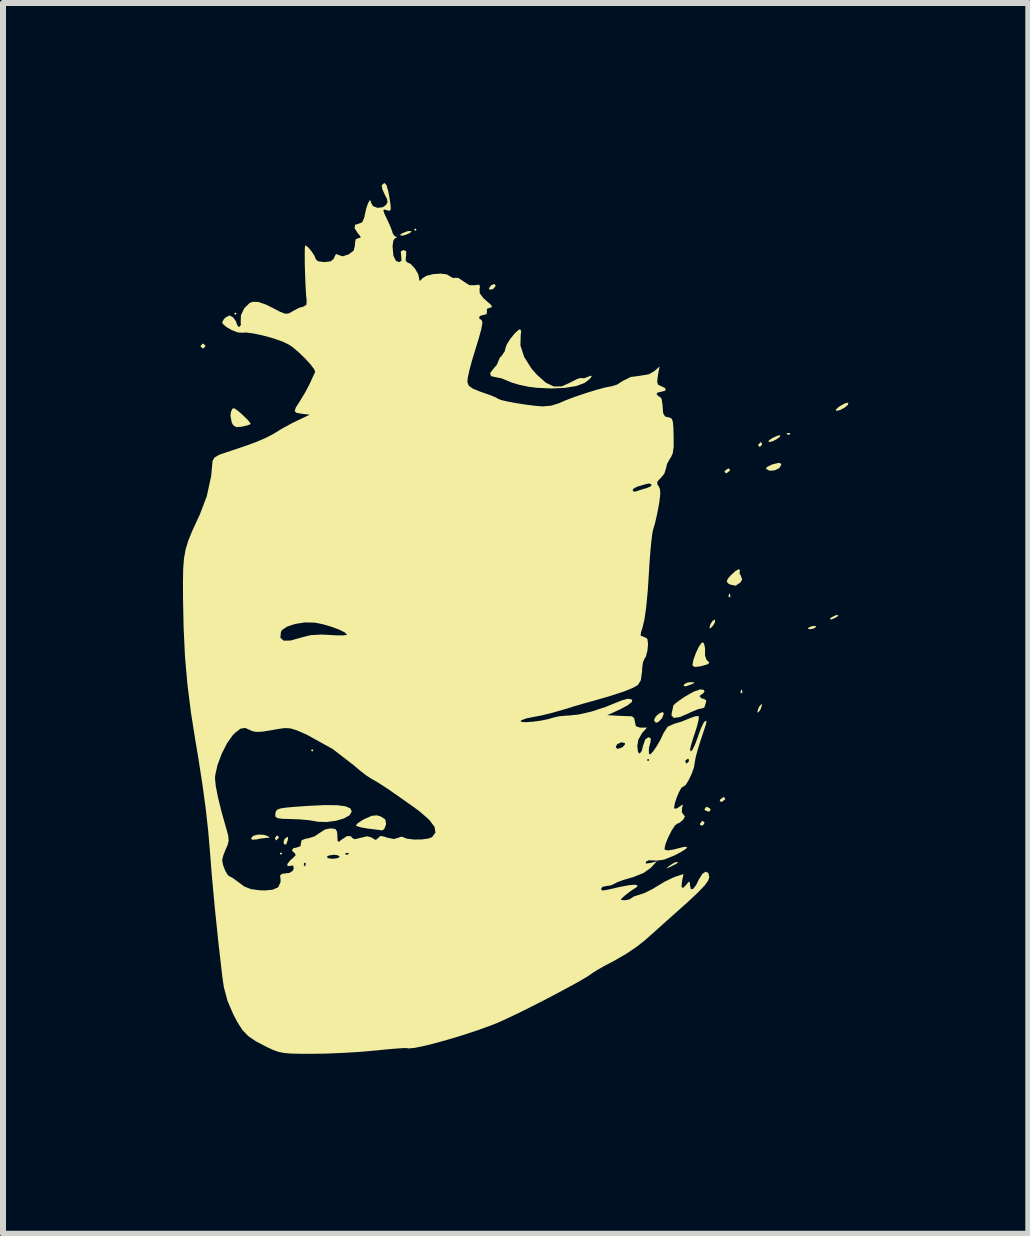
<source format=kicad_pcb>
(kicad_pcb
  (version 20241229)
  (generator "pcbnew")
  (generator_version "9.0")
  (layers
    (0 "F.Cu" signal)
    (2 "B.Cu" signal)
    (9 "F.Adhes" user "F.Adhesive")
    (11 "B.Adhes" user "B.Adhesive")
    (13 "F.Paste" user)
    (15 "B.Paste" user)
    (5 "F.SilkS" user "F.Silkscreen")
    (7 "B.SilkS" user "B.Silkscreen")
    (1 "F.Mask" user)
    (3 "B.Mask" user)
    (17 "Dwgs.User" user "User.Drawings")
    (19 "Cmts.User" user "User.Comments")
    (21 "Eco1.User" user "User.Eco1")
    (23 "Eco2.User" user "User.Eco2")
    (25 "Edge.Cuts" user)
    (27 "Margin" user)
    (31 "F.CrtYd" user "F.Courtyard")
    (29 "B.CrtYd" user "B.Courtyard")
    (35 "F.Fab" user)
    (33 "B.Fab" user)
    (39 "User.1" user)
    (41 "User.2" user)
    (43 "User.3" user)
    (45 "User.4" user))
  (footprint "edit"
    (layer "F.Cu")
    (at 4.934 7.159)
    (property "Reference" "edit" (at 0 0 0) (layer "F.SilkS") (effects (font (size 1.524 1.524) (thickness 0.3))))
    (attr board_only exclude_from_pos_files exclude_from_bom)
    (fp_poly (pts (xy -4.04 -4.98) (xy -4.06 -4.96) (xy -4.08 -4.98) (xy -4.06 -5)) (stroke (width 0) (type solid)) (fill yes) (layer "F.SilkS"))
    (fp_poly (pts (xy -3.28 4.02) (xy -3.3 4.04) (xy -3.32 4.02) (xy -3.3 4)) (stroke (width 0) (type solid)) (fill yes) (layer "F.SilkS"))
    (fp_poly (pts (xy -2.76 2.3) (xy -2.78 2.32) (xy -2.8 2.3) (xy -2.78 2.28)) (stroke (width 0) (type solid)) (fill yes) (layer "F.SilkS"))
    (fp_poly (pts (xy -1.04 -6.38) (xy -1.06 -6.36) (xy -1.08 -6.38) (xy -1.06 -6.4)) (stroke (width 0) (type solid)) (fill yes) (layer "F.SilkS"))
    (fp_poly (pts (xy 4.187 -0.307) (xy 4.191 -0.259) (xy 4.187 -0.253) (xy 4.163 -0.259) (xy 4.16 -0.28) (xy 4.175 -0.313)) (stroke (width 0) (type solid)) (fill yes) (layer "F.SilkS"))
    (fp_poly (pts (xy 4.387 1.293) (xy 4.391 1.341) (xy 4.387 1.347) (xy 4.363 1.341) (xy 4.36 1.32) (xy 4.375 1.287)) (stroke (width 0) (type solid)) (fill yes) (layer "F.SilkS"))
    (fp_poly (pts (xy 5.187 -2.987) (xy 5.181 -2.963) (xy 5.16 -2.96) (xy 5.127 -2.975) (xy 5.133 -2.987) (xy 5.181 -2.991)) (stroke (width 0) (type solid)) (fill yes) (layer "F.SilkS"))
    (fp_poly (pts (xy 3.762 3.503) (xy 3.74 3.543) (xy 3.718 3.554) (xy 3.684 3.541) (xy 3.686 3.522) (xy 3.72 3.479) (xy 3.731 3.477)) (stroke (width 0) (type solid)) (fill yes) (layer "F.SilkS"))
    (fp_poly (pts (xy -4.561 -4.45) (xy -4.56 -4.44) (xy -4.59 -4.401) (xy -4.6 -4.4) (xy -4.639 -4.43) (xy -4.64 -4.44) (xy -4.61 -4.479) (xy -4.6 -4.48)) (stroke (width 0) (type solid)) (fill yes) (layer "F.SilkS"))
    (fp_poly (pts (xy -3.334 3.745) (xy -3.34 3.76) (xy -3.376 3.798) (xy -3.382 3.8) (xy -3.4 3.769) (xy -3.4 3.76) (xy -3.369 3.722) (xy -3.358 3.72)) (stroke (width 0) (type solid)) (fill yes) (layer "F.SilkS"))
    (fp_poly (pts (xy -3.183 3.78) (xy -3.188 3.798) (xy -3.213 3.869) (xy -3.24 3.868) (xy -3.257 3.845) (xy -3.25 3.793) (xy -3.223 3.762) (xy -3.183 3.739)) (stroke (width 0) (type solid)) (fill yes) (layer "F.SilkS"))
    (fp_poly (pts (xy 0.28 -5.451) (xy 0.28 -5.448) (xy 0.248 -5.401) (xy 0.217 -5.384) (xy 0.17 -5.383) (xy 0.169 -5.407) (xy 0.206 -5.455) (xy 0.254 -5.474)) (stroke (width 0) (type solid)) (fill yes) (layer "F.SilkS"))
    (fp_poly (pts (xy 3.32 4.168) (xy 3.283 4.195) (xy 3.2 4.237) (xy 3.134 4.267) (xy 3.134 4.258) (xy 3.178 4.222) (xy 3.252 4.174) (xy 3.294 4.16)) (stroke (width 0) (type solid)) (fill yes) (layer "F.SilkS"))
    (fp_poly (pts (xy 3.594 1.167) (xy 3.578 1.183) (xy 3.54 1.2) (xy 3.443 1.234) (xy 3.411 1.223) (xy 3.42 1.2) (xy 3.476 1.169) (xy 3.532 1.163)) (stroke (width 0) (type solid)) (fill yes) (layer "F.SilkS"))
    (fp_poly (pts (xy 3.852 3.269) (xy 3.86 3.28) (xy 3.851 3.314) (xy 3.822 3.32) (xy 3.768 3.299) (xy 3.76 3.28) (xy 3.789 3.241) (xy 3.798 3.24)) (stroke (width 0) (type solid)) (fill yes) (layer "F.SilkS"))
    (fp_poly (pts (xy 3.937 0.124) (xy 3.933 0.168) (xy 3.901 0.223) (xy 3.857 0.267) (xy 3.842 0.26) (xy 3.859 0.197) (xy 3.896 0.14) (xy 3.933 0.121)) (stroke (width 0) (type solid)) (fill yes) (layer "F.SilkS"))
    (fp_poly (pts (xy 4.106 3.105) (xy 4.1 3.12) (xy 4.047 3.159) (xy 4.035 3.16) (xy 4.014 3.135) (xy 4.02 3.12) (xy 4.073 3.081) (xy 4.085 3.08)) (stroke (width 0) (type solid)) (fill yes) (layer "F.SilkS"))
    (fp_poly (pts (xy 4.186 -2.375) (xy 4.18 -2.36) (xy 4.127 -2.321) (xy 4.115 -2.32) (xy 4.094 -2.345) (xy 4.1 -2.36) (xy 4.153 -2.399) (xy 4.165 -2.4)) (stroke (width 0) (type solid)) (fill yes) (layer "F.SilkS"))
    (fp_poly (pts (xy 4.719 1.54) (xy 4.699 1.606) (xy 4.68 1.64) (xy 4.648 1.672) (xy 4.641 1.66) (xy 4.661 1.594) (xy 4.68 1.56) (xy 4.712 1.528)) (stroke (width 0) (type solid)) (fill yes) (layer "F.SilkS"))
    (fp_poly (pts (xy 4.72 -2.809) (xy 4.72 -2.8) (xy 4.689 -2.762) (xy 4.678 -2.76) (xy 4.654 -2.785) (xy 4.66 -2.8) (xy 4.696 -2.838) (xy 4.702 -2.84)) (stroke (width 0) (type solid)) (fill yes) (layer "F.SilkS"))
    (fp_poly (pts (xy 5.618 0.244) (xy 5.574 0.271) (xy 5.514 0.281) (xy 5.48 0.267) (xy 5.48 0.265) (xy 5.513 0.244) (xy 5.56 0.228) (xy 5.614 0.226)) (stroke (width 0) (type solid)) (fill yes) (layer "F.SilkS"))
    (fp_poly (pts (xy 5.987 0.058) (xy 5.96 0.08) (xy 5.887 0.114) (xy 5.86 0.119) (xy 5.853 0.102) (xy 5.88 0.08) (xy 5.953 0.046) (xy 5.98 0.041)) (stroke (width 0) (type solid)) (fill yes) (layer "F.SilkS"))
    (fp_poly (pts (xy 5.022 -2.934) (xy 4.982 -2.899) (xy 4.897 -2.853) (xy 4.842 -2.841) (xy 4.822 -2.856) (xy 4.874 -2.896) (xy 4.88 -2.9) (xy 4.97 -2.944) (xy 5.022 -2.955)) (stroke (width 0) (type solid)) (fill yes) (layer "F.SilkS"))
    (fp_poly (pts (xy -1.12 -6.353) (xy -1.15 -6.327) (xy -1.16 -6.32) (xy -1.246 -6.286) (xy -1.28 -6.281) (xy -1.32 -6.287) (xy -1.29 -6.313) (xy -1.28 -6.32) (xy -1.194 -6.354) (xy -1.16 -6.359)) (stroke (width 0) (type solid)) (fill yes) (layer "F.SilkS"))
    (fp_poly (pts (xy 3.08 1.681) (xy 3.08 1.692) (xy 3.053 1.764) (xy 2.993 1.825) (xy 2.952 1.84) (xy 2.922 1.808) (xy 2.92 1.79) (xy 2.951 1.731) (xy 3 1.689) (xy 3.061 1.66)) (stroke (width 0) (type solid)) (fill yes) (layer "F.SilkS"))
    (fp_poly (pts (xy 5.035 -2.482) (xy 5.04 -2.461) (xy 5.006 -2.404) (xy 4.929 -2.368) (xy 4.843 -2.362) (xy 4.784 -2.394) (xy 4.804 -2.426) (xy 4.879 -2.462) (xy 4.902 -2.47) (xy 4.996 -2.493)) (stroke (width 0) (type solid)) (fill yes) (layer "F.SilkS"))
    (fp_poly (pts (xy 6.158 -3.495) (xy 6.15 -3.459) (xy 6.094 -3.412) (xy 6.02 -3.373) (xy 5.962 -3.36) (xy 5.947 -3.378) (xy 5.997 -3.424) (xy 6.018 -3.439) (xy 6.102 -3.485) (xy 6.154 -3.497)) (stroke (width 0) (type solid)) (fill yes) (layer "F.SilkS"))
    (fp_poly (pts (xy -3.586 3.708) (xy -3.546 3.72) (xy -3.487 3.747) (xy -3.501 3.756) (xy -3.54 3.758) (xy -3.646 3.771) (xy -3.71 3.785) (xy -3.779 3.789) (xy -3.8 3.769) (xy -3.766 3.726) (xy -3.684 3.704)) (stroke (width 0) (type solid)) (fill yes) (layer "F.SilkS"))
    (fp_poly (pts (xy -4.027 -3.368) (xy -3.944 -3.296) (xy -3.86 -3.216) (xy -3.812 -3.157) (xy -3.807 -3.139) (xy -3.856 -3.119) (xy -3.947 -3.097) (xy -3.952 -3.096) (xy -4.045 -3.088) (xy -4.098 -3.123) (xy -4.121 -3.166) (xy -4.143 -3.281) (xy -4.132 -3.348) (xy -4.11 -3.396) (xy -4.081 -3.404)) (stroke (width 0) (type solid)) (fill yes) (layer "F.SilkS"))
    (fp_poly (pts (xy 4.353 -0.702) (xy 4.347 -0.694) (xy 4.346 -0.646) (xy 4.365 -0.614) (xy 4.388 -0.549) (xy 4.36 -0.5) (xy 4.28 -0.445) (xy 4.185 -0.465) (xy 4.161 -0.479) (xy 4.13 -0.513) (xy 4.149 -0.562) (xy 4.198 -0.618) (xy 4.273 -0.687) (xy 4.329 -0.72) (xy 4.334 -0.72)) (stroke (width 0) (type solid)) (fill yes) (layer "F.SilkS"))
    (fp_poly (pts (xy -1.636 3.402) (xy -1.561 3.451) (xy -1.548 3.525) (xy -1.551 3.542) (xy -1.58 3.614) (xy -1.615 3.634) (xy -1.679 3.625) (xy -1.79 3.611) (xy -1.851 3.604) (xy -1.964 3.584) (xy -2.037 3.562) (xy -2.051 3.551) (xy -2.024 3.517) (xy -1.947 3.465) (xy -1.9 3.44) (xy -1.784 3.39) (xy -1.698 3.383)) (stroke (width 0) (type solid)) (fill yes) (layer "F.SilkS"))
    (fp_poly (pts (xy 3.751 0.514) (xy 3.769 0.594) (xy 3.769 0.719) (xy 3.793 0.79) (xy 3.812 0.807) (xy 3.842 0.839) (xy 3.81 0.866) (xy 3.708 0.895) (xy 3.69 0.899) (xy 3.598 0.91) (xy 3.562 0.887) (xy 3.56 0.868) (xy 3.577 0.785) (xy 3.617 0.675) (xy 3.667 0.571) (xy 3.713 0.506) (xy 3.719 0.5)) (stroke (width 0) (type solid)) (fill yes) (layer "F.SilkS"))
    (fp_poly (pts (xy -2.363 3.214) (xy -2.224 3.232) (xy -2.145 3.266) (xy -2.12 3.318) (xy -2.156 3.381) (xy -2.252 3.435) (xy -2.386 3.474) (xy -2.537 3.494) (xy -2.685 3.49) (xy -2.74 3.479) (xy -2.843 3.463) (xy -2.991 3.45) (xy -3.133 3.445) (xy -3.277 3.441) (xy -3.357 3.43) (xy -3.391 3.407) (xy -3.395 3.366) (xy -3.393 3.35) (xy -3.384 3.313) (xy -3.36 3.287) (xy -3.308 3.268) (xy -3.216 3.254) (xy -3.071 3.241) (xy -2.859 3.226) (xy -2.846 3.225) (xy -2.568 3.212)) (stroke (width 0) (type solid)) (fill yes) (layer "F.SilkS"))
    (fp_poly (pts (xy 3.75 1.292) (xy 3.76 1.32) (xy 3.73 1.359) (xy 3.72 1.36) (xy 3.681 1.39) (xy 3.68 1.4) (xy 3.713 1.435) (xy 3.744 1.44) (xy 3.789 1.464) (xy 3.784 1.503) (xy 3.763 1.567) (xy 3.76 1.583) (xy 3.728 1.599) (xy 3.708 1.6) (xy 3.643 1.617) (xy 3.54 1.66) (xy 3.5 1.68) (xy 3.347 1.745) (xy 3.25 1.759) (xy 3.21 1.719) (xy 3.215 1.67) (xy 3.234 1.589) (xy 3.239 1.554) (xy 3.271 1.52) (xy 3.351 1.46) (xy 3.434 1.404) (xy 3.58 1.321) (xy 3.689 1.283)) (stroke (width 0) (type solid)) (fill yes) (layer "F.SilkS"))
    (fp_poly (pts (xy 0.704 -4.687) (xy 0.696 -4.618) (xy 0.692 -4.449) (xy 0.754 -4.26) (xy 0.875 -4.066) (xy 0.966 -3.962) (xy 1.116 -3.829) (xy 1.248 -3.766) (xy 1.38 -3.768) (xy 1.527 -3.833) (xy 1.547 -3.845) (xy 1.638 -3.892) (xy 1.699 -3.909) (xy 1.707 -3.906) (xy 1.756 -3.904) (xy 1.805 -3.923) (xy 1.868 -3.947) (xy 1.879 -3.931) (xy 1.845 -3.889) (xy 1.773 -3.834) (xy 1.753 -3.822) (xy 1.62 -3.773) (xy 1.43 -3.743) (xy 1.206 -3.733) (xy 0.968 -3.744) (xy 0.831 -3.761) (xy 0.68 -3.792) (xy 0.543 -3.833) (xy 0.483 -3.858) (xy 0.376 -3.902) (xy 0.284 -3.92) (xy 0.284 -3.92) (xy 0.2 -3.939) (xy 0.187 -3.991) (xy 0.241 -4.061) (xy 0.301 -4.132) (xy 0.32 -4.181) (xy 0.348 -4.246) (xy 0.38 -4.28) (xy 0.431 -4.355) (xy 0.44 -4.397) (xy 0.464 -4.466) (xy 0.521 -4.558) (xy 0.593 -4.647) (xy 0.658 -4.708) (xy 0.687 -4.72)) (stroke (width 0) (type solid)) (fill yes) (layer "F.SilkS"))
    (fp_poly (pts (xy -1.541 -7.123) (xy -1.509 -7.011) (xy -1.492 -6.919) (xy -1.473 -6.788) (xy -1.47 -6.719) (xy -1.488 -6.695) (xy -1.527 -6.702) (xy -1.577 -6.716) (xy -1.594 -6.704) (xy -1.578 -6.652) (xy -1.527 -6.544) (xy -1.52 -6.529) (xy -1.472 -6.422) (xy -1.443 -6.343) (xy -1.44 -6.325) (xy -1.409 -6.277) (xy -1.39 -6.266) (xy -1.361 -6.248) (xy -1.39 -6.243) (xy -1.425 -6.205) (xy -1.44 -6.109) (xy -1.44 -6.103) (xy -1.426 -5.945) (xy -1.383 -5.859) (xy -1.331 -5.84) (xy -1.291 -5.862) (xy -1.296 -5.938) (xy -1.296 -5.94) (xy -1.303 -6.016) (xy -1.264 -6.04) (xy -1.256 -6.04) (xy -1.212 -6.021) (xy -1.214 -5.951) (xy -1.216 -5.94) (xy -1.222 -5.866) (xy -1.202 -5.84) (xy -1.137 -5.808) (xy -1.066 -5.731) (xy -1.013 -5.64) (xy -0.999 -5.582) (xy -0.992 -5.526) (xy -0.965 -5.543) (xy -0.947 -5.566) (xy -0.876 -5.611) (xy -0.765 -5.639) (xy -0.641 -5.648) (xy -0.536 -5.635) (xy -0.482 -5.603) (xy -0.429 -5.572) (xy -0.402 -5.579) (xy -0.342 -5.575) (xy -0.262 -5.522) (xy -0.259 -5.519) (xy -0.158 -5.455) (xy -0.066 -5.455) (xy 0.004 -5.464) (xy 0.018 -5.429) (xy 0.01 -5.394) (xy 0.014 -5.319) (xy 0.074 -5.239) (xy 0.124 -5.195) (xy 0.202 -5.125) (xy 0.219 -5.09) (xy 0.186 -5.081) (xy 0.132 -5.059) (xy 0.134 -5.02) (xy 0.128 -4.971) (xy 0.079 -4.96) (xy 0.013 -4.941) (xy 0.004 -4.9) (xy 0.046 -4.871) (xy 0.058 -4.83) (xy 0.04 -4.723) (xy -0.009 -4.547) (xy -0.057 -4.392) (xy -0.114 -4.204) (xy -0.159 -4.036) (xy -0.187 -3.908) (xy -0.193 -3.838) (xy -0.169 -3.779) (xy -0.103 -3.731) (xy 0.021 -3.68) (xy 0.06 -3.667) (xy 0.188 -3.622) (xy 0.283 -3.583) (xy 0.32 -3.561) (xy 0.368 -3.541) (xy 0.475 -3.516) (xy 0.62 -3.489) (xy 0.781 -3.464) (xy 0.937 -3.444) (xy 1.06 -3.434) (xy 1.202 -3.446) (xy 1.335 -3.487) (xy 1.348 -3.493) (xy 1.455 -3.54) (xy 1.608 -3.597) (xy 1.782 -3.656) (xy 1.955 -3.709) (xy 2.103 -3.749) (xy 2.204 -3.769) (xy 2.213 -3.77) (xy 2.306 -3.799) (xy 2.392 -3.856) (xy 2.53 -3.925) (xy 2.66 -3.941) (xy 2.83 -3.969) (xy 2.924 -4.022) (xy 3.011 -4.1) (xy 2.983 -3.947) (xy 2.971 -3.845) (xy 2.987 -3.795) (xy 3.038 -3.772) (xy 3.108 -3.737) (xy 3.111 -3.699) (xy 3.046 -3.68) (xy 3.04 -3.68) (xy 2.975 -3.663) (xy 2.96 -3.64) (xy 2.992 -3.603) (xy 3.01 -3.6) (xy 3.045 -3.562) (xy 3.061 -3.456) (xy 3.062 -3.434) (xy 3.071 -3.321) (xy 3.102 -3.268) (xy 3.135 -3.257) (xy 3.187 -3.246) (xy 3.218 -3.223) (xy 3.234 -3.17) (xy 3.242 -3.068) (xy 3.246 -2.928) (xy 3.246 -2.759) (xy 3.23 -2.649) (xy 3.197 -2.579) (xy 3.187 -2.568) (xy 3.134 -2.473) (xy 3.12 -2.403) (xy 3.09 -2.312) (xy 3.031 -2.241) (xy 2.973 -2.181) (xy 2.976 -2.131) (xy 2.993 -2.108) (xy 3.018 -2.057) (xy 3.023 -1.975) (xy 3.008 -1.843) (xy 2.996 -1.774) (xy 2.966 -1.619) (xy 2.934 -1.482) (xy 2.909 -1.4) (xy 2.892 -1.326) (xy 2.874 -1.188) (xy 2.857 -1.005) (xy 2.841 -0.793) (xy 2.836 -0.7) (xy 2.814 -0.356) (xy 2.788 -0.084) (xy 2.758 0.123) (xy 2.721 0.274) (xy 2.701 0.33) (xy 2.696 0.388) (xy 2.731 0.4) (xy 2.796 0.429) (xy 2.81 0.45) (xy 2.819 0.529) (xy 2.809 0.635) (xy 2.785 0.731) (xy 2.755 0.783) (xy 2.734 0.833) (xy 2.721 0.933) (xy 2.72 0.976) (xy 2.699 1.131) (xy 2.65 1.21) (xy 2.567 1.258) (xy 2.414 1.319) (xy 2.198 1.39) (xy 1.927 1.469) (xy 1.86 1.487) (xy 1.741 1.52) (xy 1.58 1.568) (xy 1.41 1.62) (xy 1.4 1.623) (xy 1.225 1.673) (xy 1.05 1.716) (xy 0.913 1.742) (xy 0.91 1.743) (xy 0.792 1.766) (xy 0.712 1.796) (xy 0.694 1.81) (xy 0.715 1.827) (xy 0.792 1.83) (xy 0.906 1.821) (xy 1.034 1.804) (xy 1.154 1.779) (xy 1.23 1.756) (xy 1.333 1.732) (xy 1.464 1.72) (xy 1.489 1.72) (xy 1.664 1.702) (xy 1.88 1.652) (xy 2.108 1.577) (xy 2.263 1.514) (xy 2.378 1.468) (xy 2.471 1.442) (xy 2.493 1.44) (xy 2.555 1.454) (xy 2.548 1.493) (xy 2.479 1.549) (xy 2.351 1.617) (xy 2.35 1.618) (xy 2.14 1.713) (xy 2.32 1.723) (xy 2.441 1.728) (xy 2.531 1.731) (xy 2.55 1.731) (xy 2.588 1.763) (xy 2.6 1.824) (xy 2.617 1.897) (xy 2.684 1.92) (xy 2.702 1.92) (xy 2.803 1.92) (xy 2.722 2.008) (xy 2.657 2.123) (xy 2.64 2.228) (xy 2.652 2.329) (xy 2.68 2.355) (xy 2.714 2.308) (xy 2.737 2.22) (xy 2.773 2.117) (xy 2.825 2.08) (xy 2.866 2.101) (xy 2.858 2.17) (xy 2.836 2.248) (xy 2.832 2.304) (xy 2.835 2.359) (xy 2.855 2.368) (xy 2.9 2.322) (xy 2.959 2.237) (xy 3.021 2.131) (xy 3.074 2.018) (xy 3.077 2.012) (xy 3.146 1.906) (xy 3.254 1.857) (xy 3.382 1.819) (xy 3.509 1.767) (xy 3.601 1.733) (xy 3.659 1.727) (xy 3.664 1.73) (xy 3.664 1.778) (xy 3.641 1.878) (xy 3.604 1.998) (xy 3.56 2.131) (xy 3.53 2.237) (xy 3.52 2.288) (xy 3.531 2.32) (xy 3.562 2.286) (xy 3.604 2.198) (xy 3.653 2.066) (xy 3.658 2.05) (xy 3.702 1.93) (xy 3.743 1.844) (xy 3.763 1.818) (xy 3.786 1.806) (xy 3.795 1.814) (xy 3.787 1.855) (xy 3.759 1.944) (xy 3.709 2.094) (xy 3.7 2.12) (xy 3.652 2.272) (xy 3.616 2.404) (xy 3.599 2.49) (xy 3.599 2.497) (xy 3.584 2.585) (xy 3.546 2.692) (xy 3.496 2.797) (xy 3.447 2.875) (xy 3.409 2.904) (xy 3.404 2.903) (xy 3.375 2.924) (xy 3.335 2.996) (xy 3.294 3.094) (xy 3.264 3.189) (xy 3.254 3.258) (xy 3.259 3.272) (xy 3.301 3.266) (xy 3.347 3.236) (xy 3.395 3.202) (xy 3.396 3.228) (xy 3.386 3.257) (xy 3.383 3.336) (xy 3.406 3.364) (xy 3.434 3.403) (xy 3.403 3.457) (xy 3.339 3.51) (xy 3.305 3.522) (xy 3.264 3.556) (xy 3.21 3.641) (xy 3.155 3.75) (xy 3.112 3.856) (xy 3.094 3.935) (xy 3.097 3.955) (xy 3.147 3.968) (xy 3.25 3.952) (xy 3.3 3.938) (xy 3.421 3.908) (xy 3.471 3.91) (xy 3.452 3.941) (xy 3.364 3.997) (xy 3.261 4.051) (xy 3.088 4.121) (xy 2.959 4.139) (xy 2.926 4.135) (xy 2.829 4.132) (xy 2.781 4.158) (xy 2.784 4.186) (xy 2.853 4.178) (xy 2.859 4.177) (xy 2.965 4.15) (xy 2.867 4.256) (xy 2.746 4.343) (xy 2.568 4.414) (xy 2.534 4.423) (xy 2.403 4.462) (xy 2.303 4.499) (xy 2.262 4.522) (xy 2.194 4.552) (xy 2.132 4.56) (xy 2.061 4.575) (xy 2.04 4.6) (xy 2.041 4.624) (xy 2.055 4.635) (xy 2.098 4.632) (xy 2.185 4.614) (xy 2.334 4.58) (xy 2.342 4.578) (xy 2.496 4.548) (xy 2.6 4.539) (xy 2.646 4.551) (xy 2.626 4.583) (xy 2.596 4.601) (xy 2.52 4.652) (xy 2.436 4.717) (xy 2.373 4.773) (xy 2.369 4.794) (xy 2.423 4.799) (xy 2.428 4.799) (xy 2.507 4.786) (xy 2.537 4.765) (xy 2.588 4.733) (xy 2.674 4.707) (xy 2.776 4.671) (xy 2.903 4.606) (xy 2.965 4.568) (xy 3.096 4.489) (xy 3.227 4.425) (xy 3.275 4.406) (xy 3.41 4.361) (xy 3.386 4.48) (xy 3.377 4.574) (xy 3.4 4.595) (xy 3.455 4.542) (xy 3.464 4.53) (xy 3.504 4.485) (xy 3.517 4.511) (xy 3.519 4.552) (xy 3.534 4.615) (xy 3.571 4.61) (xy 3.623 4.541) (xy 3.665 4.455) (xy 3.722 4.361) (xy 3.78 4.322) (xy 3.825 4.344) (xy 3.84 4.414) (xy 3.821 4.472) (xy 3.76 4.555) (xy 3.65 4.67) (xy 3.486 4.824) (xy 3.41 4.892) (xy 3.234 5.049) (xy 3.059 5.205) (xy 2.904 5.344) (xy 2.786 5.449) (xy 2.772 5.462) (xy 2.631 5.573) (xy 2.453 5.693) (xy 2.273 5.797) (xy 2.252 5.809) (xy 2.103 5.887) (xy 1.977 5.958) (xy 1.895 6.01) (xy 1.88 6.021) (xy 1.81 6.069) (xy 1.681 6.145) (xy 1.508 6.241) (xy 1.304 6.35) (xy 1.083 6.466) (xy 0.859 6.58) (xy 0.645 6.686) (xy 0.455 6.776) (xy 0.303 6.845) (xy 0.24 6.87) (xy 0.005 6.956) (xy -0.241 7.038) (xy -0.483 7.112) (xy -0.71 7.176) (xy -0.908 7.226) (xy -1.065 7.258) (xy -1.166 7.269) (xy -1.195 7.264) (xy -1.242 7.262) (xy -1.353 7.269) (xy -1.511 7.282) (xy -1.7 7.301) (xy -1.72 7.303) (xy -1.97 7.325) (xy -2.261 7.343) (xy -2.552 7.355) (xy -2.76 7.358) (xy -2.98 7.358) (xy -3.14 7.354) (xy -3.256 7.343) (xy -3.348 7.324) (xy -3.436 7.292) (xy -3.536 7.245) (xy -3.54 7.243) (xy -3.721 7.148) (xy -3.848 7.061) (xy -3.944 6.96) (xy -4.031 6.823) (xy -4.095 6.7) (xy -4.191 6.477) (xy -4.252 6.248) (xy -4.277 6.08) (xy -4.342 5.515) (xy -4.402 4.938) (xy -4.453 4.383) (xy -4.483 4) (xy -4.514 3.637) (xy -4.556 3.262) (xy -4.611 2.858) (xy -4.625 2.768) (xy -4.4 2.768) (xy -4.387 2.895) (xy -4.35 3.083) (xy -4.293 3.316) (xy -4.219 3.579) (xy -4.215 3.591) (xy -4.18 3.719) (xy -4.172 3.805) (xy -4.191 3.882) (xy -4.216 3.937) (xy -4.259 4.043) (xy -4.28 4.126) (xy -4.28 4.134) (xy -4.264 4.216) (xy -4.228 4.309) (xy -4.185 4.38) (xy -4.157 4.4) (xy -4.109 4.424) (xy -4.03 4.481) (xy -4.013 4.495) (xy -3.908 4.571) (xy -3.799 4.613) (xy -3.655 4.632) (xy -3.573 4.635) (xy -3.44 4.623) (xy -3.35 4.584) (xy -3.346 4.581) (xy -3.307 4.496) (xy -3.308 4.441) (xy -3.315 4.387) (xy -3.284 4.359) (xy -3.197 4.346) (xy -3.161 4.344) (xy -3.103 4.307) (xy -3.088 4.27) (xy -3.095 4.22) (xy -3.137 4.224) (xy -3.191 4.229) (xy -3.193 4.2) (xy -2.92 4.2) (xy -2.905 4.233) (xy -2.893 4.227) (xy -2.889 4.179) (xy -2.893 4.173) (xy -2.917 4.179) (xy -2.92 4.2) (xy -3.193 4.2) (xy -3.193 4.194) (xy -3.148 4.135) (xy -3.11 4.103) (xy -3.08 4.073) (xy -2.536 4.073) (xy -2.517 4.097) (xy -2.442 4.107) (xy -2.438 4.107) (xy -2.355 4.097) (xy -2.32 4.073) (xy -2.354 4.048) (xy -2.418 4.04) (xy -2.501 4.052) (xy -2.536 4.073) (xy -3.08 4.073) (xy -3.054 4.047) (xy -3.07 4.015) (xy -3.072 4.013) (xy -2.227 4.013) (xy -2.221 4.037) (xy -2.2 4.04) (xy -2.167 4.025) (xy -2.173 4.013) (xy -2.221 4.009) (xy -2.227 4.013) (xy -3.072 4.013) (xy -3.118 3.972) (xy -3.097 3.932) (xy -3.038 3.92) (xy -2.975 3.897) (xy -2.968 3.85) (xy -2.955 3.797) (xy -2.882 3.771) (xy -2.854 3.768) (xy -2.741 3.734) (xy -2.658 3.678) (xy -2.566 3.619) (xy -2.474 3.6) (xy -2.394 3.61) (xy -2.364 3.656) (xy -2.36 3.726) (xy -2.356 3.81) (xy -2.336 3.825) (xy -2.287 3.786) (xy -2.197 3.728) (xy -2.133 3.732) (xy -2.113 3.761) (xy -2.068 3.781) (xy -1.969 3.757) (xy -1.864 3.732) (xy -1.794 3.75) (xy -1.776 3.763) (xy -1.72 3.794) (xy -1.681 3.761) (xy -1.68 3.76) (xy -1.64 3.726) (xy -1.571 3.739) (xy -1.541 3.752) (xy -1.418 3.778) (xy -1.363 3.762) (xy -1.295 3.739) (xy -1.269 3.745) (xy -1.2 3.772) (xy -1.084 3.786) (xy -0.953 3.785) (xy -0.839 3.769) (xy -0.781 3.746) (xy -0.725 3.67) (xy -0.74 3.576) (xy -0.827 3.459) (xy -0.987 3.319) (xy -1.08 3.25) (xy -1.324 3.078) (xy -1.512 2.947) (xy -1.656 2.853) (xy -1.763 2.789) (xy -1.8 2.769) (xy -1.885 2.713) (xy -1.998 2.625) (xy -2.08 2.553) (xy -2.201 2.46) (xy 2.8 2.46) (xy 2.82 2.48) (xy 3.44 2.48) (xy 3.454 2.519) (xy 3.458 2.52) (xy 3.492 2.492) (xy 3.5 2.48) (xy 3.497 2.443) (xy 3.482 2.44) (xy 3.442 2.469) (xy 3.44 2.48) (xy 2.82 2.48) (xy 2.84 2.46) (xy 2.82 2.44) (xy 2.8 2.46) (xy -2.201 2.46) (xy -2.441 2.275) (xy -2.507 2.239) (xy 2.28 2.239) (xy 2.305 2.277) (xy 2.378 2.254) (xy 2.399 2.242) (xy 2.436 2.198) (xy 2.431 2.177) (xy 2.374 2.166) (xy 2.308 2.194) (xy 2.28 2.239) (xy -2.507 2.239) (xy -2.861 2.043) (xy -2.911 2.02) (xy -3.046 1.962) (xy -3.143 1.933) (xy -3.237 1.928) (xy -3.358 1.945) (xy -3.445 1.961) (xy -3.61 1.988) (xy -3.718 1.992) (xy -3.788 1.976) (xy -3.803 1.967) (xy -3.895 1.926) (xy -3.977 1.939) (xy -4.069 2.012) (xy -4.106 2.05) (xy -4.199 2.181) (xy -4.288 2.357) (xy -4.358 2.544) (xy -4.396 2.713) (xy -4.4 2.768) (xy -4.625 2.768) (xy -4.682 2.403) (xy -4.723 2.16) (xy -4.802 1.661) (xy -4.86 1.197) (xy -4.9 0.74) (xy -4.915 0.422) (xy -3.31 0.422) (xy -3.256 0.471) (xy -3.14 0.469) (xy -2.961 0.419) (xy -2.955 0.417) (xy -2.805 0.379) (xy -2.629 0.369) (xy -2.49 0.376) (xy -2.35 0.383) (xy -2.247 0.382) (xy -2.201 0.372) (xy -2.2 0.369) (xy -2.236 0.334) (xy -2.327 0.288) (xy -2.453 0.241) (xy -2.591 0.2) (xy -2.719 0.173) (xy -2.743 0.17) (xy -2.903 0.167) (xy -3.062 0.192) (xy -3.196 0.236) (xy -3.283 0.294) (xy -3.301 0.325) (xy -3.31 0.422) (xy -4.915 0.422) (xy -4.923 0.259) (xy -4.933 -0.24) (xy -4.934 -0.515) (xy -4.93 -0.728) (xy -4.917 -0.9) (xy -4.89 -1.048) (xy -4.847 -1.192) (xy -4.783 -1.35) (xy -4.695 -1.542) (xy -4.652 -1.633) (xy -4.537 -1.937) (xy -4.516 -2.033) (xy 2.56 -2.033) (xy 2.589 -2.011) (xy 2.63 -2.021) (xy 2.728 -2.054) (xy 2.79 -2.07) (xy 2.86 -2.099) (xy 2.88 -2.127) (xy 2.848 -2.149) (xy 2.8 -2.143) (xy 2.69 -2.111) (xy 2.64 -2.097) (xy 2.575 -2.062) (xy 2.56 -2.033) (xy -4.516 -2.033) (xy -4.464 -2.271) (xy -4.441 -2.525) (xy -4.406 -2.584) (xy -4.33 -2.628) (xy -4.242 -2.658) (xy -4.103 -2.705) (xy -3.939 -2.76) (xy -3.885 -2.778) (xy -3.711 -2.842) (xy -3.549 -2.912) (xy -3.427 -2.975) (xy -3.405 -2.989) (xy -3.284 -3.063) (xy -3.133 -3.146) (xy -3.04 -3.192) (xy -2.82 -3.296) (xy -2.95 -3.311) (xy -3.039 -3.326) (xy -3.072 -3.355) (xy -3.052 -3.417) (xy -2.984 -3.523) (xy -2.901 -3.659) (xy -2.824 -3.805) (xy -2.816 -3.822) (xy -2.769 -3.925) (xy -2.736 -3.996) (xy -2.73 -4.007) (xy -2.746 -4.053) (xy -2.807 -4.134) (xy -2.898 -4.233) (xy -3.003 -4.335) (xy -3.106 -4.422) (xy -3.161 -4.46) (xy -3.269 -4.513) (xy -3.419 -4.566) (xy -3.587 -4.613) (xy -3.749 -4.648) (xy -3.881 -4.666) (xy -3.954 -4.662) (xy -4.024 -4.668) (xy -4.12 -4.706) (xy -4.213 -4.759) (xy -4.272 -4.813) (xy -4.28 -4.835) (xy -4.253 -4.887) (xy -4.22 -4.92) (xy -4.156 -4.95) (xy -4.1 -4.92) (xy -4.049 -4.852) (xy -4.04 -4.815) (xy -4.014 -4.765) (xy -3.995 -4.76) (xy -3.968 -4.792) (xy -3.972 -4.841) (xy -3.967 -4.956) (xy -3.911 -5.072) (xy -3.823 -5.158) (xy -3.777 -5.177) (xy -3.681 -5.176) (xy -3.547 -5.13) (xy -3.442 -5.078) (xy -3.316 -5.012) (xy -3.236 -4.981) (xy -3.181 -4.981) (xy -3.125 -5.008) (xy -3.097 -5.026) (xy -3.001 -5.077) (xy -2.924 -5.099) (xy -2.923 -5.099) (xy -2.876 -5.128) (xy -2.872 -5.2) (xy -2.883 -5.312) (xy -2.891 -5.462) (xy -2.898 -5.63) (xy -2.903 -5.798) (xy -2.904 -5.948) (xy -2.903 -6.06) (xy -2.897 -6.117) (xy -2.895 -6.12) (xy -2.85 -6.09) (xy -2.791 -6.02) (xy -2.74 -5.942) (xy -2.721 -5.89) (xy -2.684 -5.854) (xy -2.585 -5.84) (xy -2.576 -5.84) (xy -2.471 -5.852) (xy -2.421 -5.895) (xy -2.411 -5.921) (xy -2.383 -5.975) (xy -2.337 -5.958) (xy -2.271 -5.936) (xy -2.173 -5.968) (xy -2.172 -5.969) (xy -2.089 -6.03) (xy -2.067 -6.116) (xy -2.068 -6.132) (xy -2.057 -6.217) (xy -2.011 -6.24) (xy -1.97 -6.247) (xy -1.985 -6.28) (xy -2.014 -6.313) (xy -2.072 -6.402) (xy -2.066 -6.461) (xy -2.004 -6.48) (xy -1.946 -6.503) (xy -1.911 -6.583) (xy -1.902 -6.631) (xy -1.877 -6.74) (xy -1.847 -6.825) (xy -1.82 -6.87) (xy -1.803 -6.861) (xy -1.801 -6.835) (xy -1.767 -6.773) (xy -1.691 -6.744) (xy -1.604 -6.754) (xy -1.56 -6.783) (xy -1.524 -6.832) (xy -1.531 -6.888) (xy -1.57 -6.965) (xy -1.611 -7.056) (xy -1.62 -7.119) (xy -1.618 -7.124) (xy -1.577 -7.159)) (stroke (width 0) (type solid)) (fill yes) (layer "F.SilkS")))
  (gr_rect
    (start -3 -3)
    (end 14.092 17.517)
    (stroke (width 0.1) (type default))
    (fill no)
    (layer "Edge.Cuts")))
</source>
